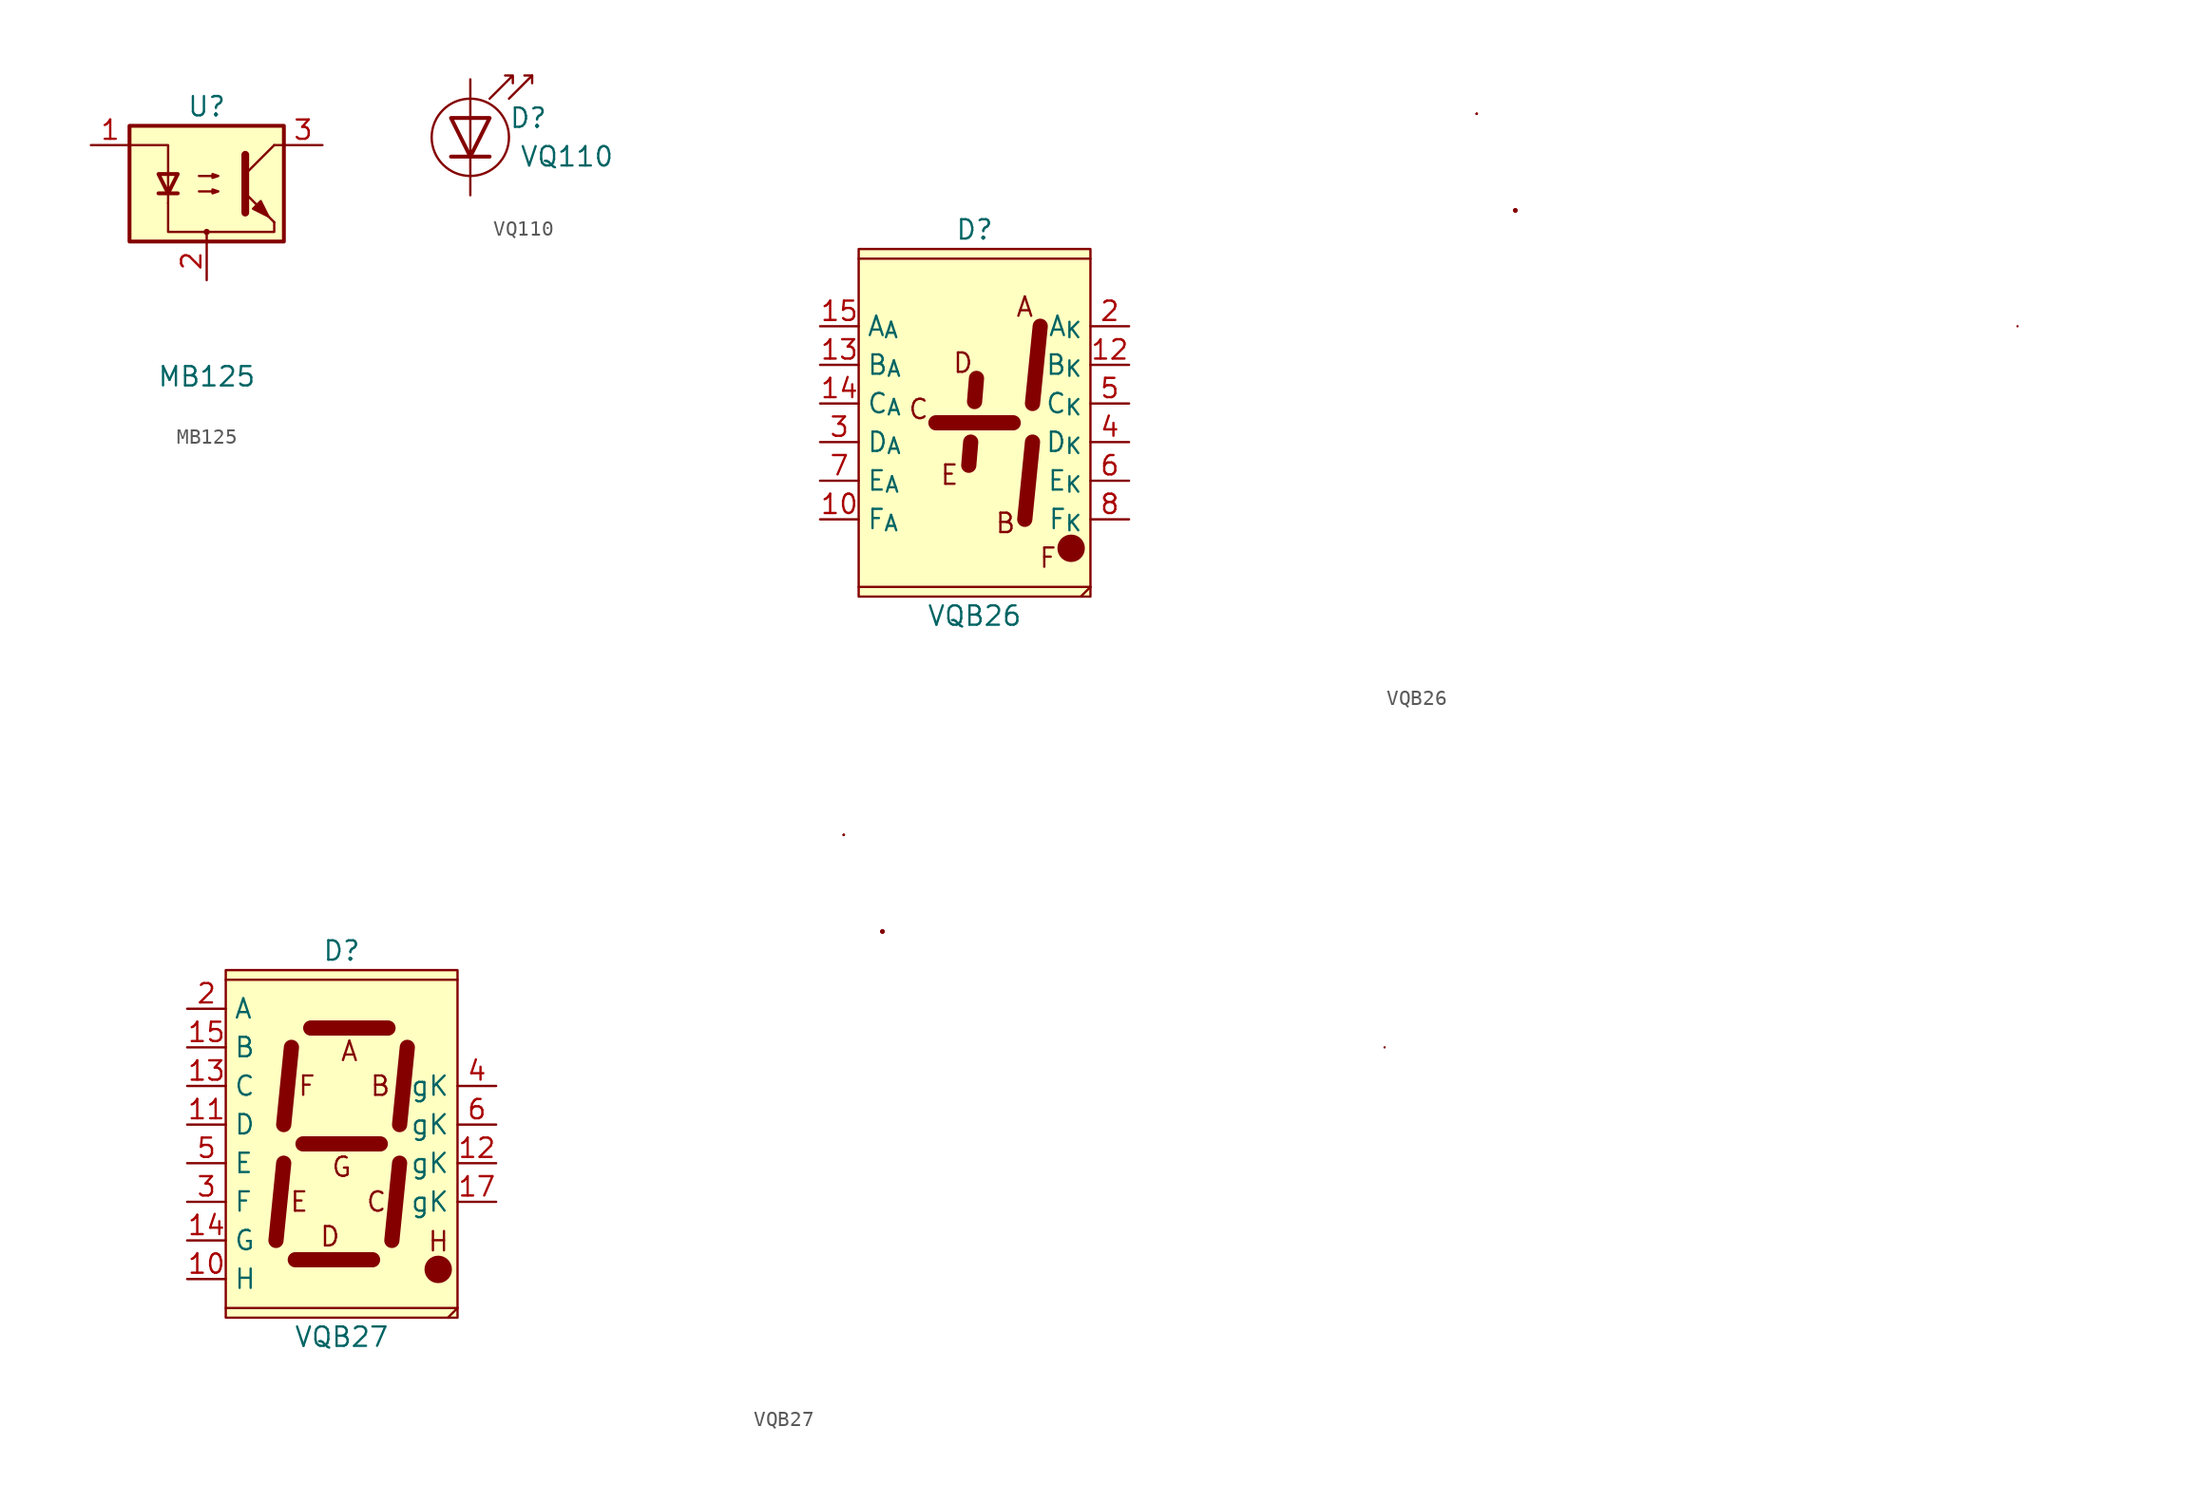
<source format=kicad_sym>
(kicad_symbol_lib
  (version 20211014)
  (generator kicad_symbol_editor)
  (symbol "MB125"
    (pin_names
      (offset 1.016))
    (property "Reference" "U"
      (at 0 5.08 0)
      (effects (font (size 1.27 1.27))))
    (property "Value" "MB125"
      (at 0 -12.7 0)
      (effects (font (size 1.27 1.27))))
    (symbol "MB125_0_1"
      (circle (center 0 -3.175) (radius 0.127) (stroke (width 0) (type default) (color 0 0 0 0)) (fill (type none)))
      (polyline (pts (xy 4.445 -2.54) (xy 4.445 -3.175) (xy 0 -3.175)) (stroke (width 0) (type default) (color 0 0 0 0)) (fill (type none)))
      (polyline (pts (xy -2.54 -1.27) (xy -2.54 -3.175) (xy 0 -3.175) (xy 0 -3.81)) (stroke (width 0) (type default) (color 0 0 0 0)) (fill (type none))))
    (symbol "MB125_1_1"
      (rectangle (start -5.08 3.81) (end 5.08 -3.81) (stroke (width 0.254) (type default) (color 0 0 0 0)) (fill (type background)))
      (polyline (pts (xy -3.175 -0.635) (xy -1.905 -0.635)) (stroke (width 0.254) (type default) (color 0 0 0 0)) (fill (type none)))
      (polyline (pts (xy 2.54 0.635) (xy 4.445 2.54)) (stroke (width 0) (type default) (color 0 0 0 0)) (fill (type none)))
      (polyline (pts (xy 4.445 -2.54) (xy 2.54 -0.635)) (stroke (width 0) (type default) (color 0 0 0 0)) (fill (type outline)))
      (polyline (pts (xy 4.445 2.54) (xy 5.08 2.54)) (stroke (width 0) (type default) (color 0 0 0 0)) (fill (type none)))
      (polyline (pts (xy 2.54 1.905) (xy 2.54 -1.905) (xy 2.54 -1.905)) (stroke (width 0.508) (type default) (color 0 0 0 0)) (fill (type none)))
      (polyline (pts (xy -5.08 2.54) (xy -2.54 2.54) (xy -2.54 -1.27) (xy -2.54 0.635)) (stroke (width 0) (type default) (color 0 0 0 0)) (fill (type none)))
      (polyline (pts (xy -2.54 -0.635) (xy -3.175 0.635) (xy -1.905 0.635) (xy -2.54 -0.635)) (stroke (width 0.254) (type default) (color 0 0 0 0)) (fill (type none)))
      (polyline (pts (xy -0.508 -0.508) (xy 0.762 -0.508) (xy 0.381 -0.635) (xy 0.381 -0.381) (xy 0.762 -0.508)) (stroke (width 0) (type default) (color 0 0 0 0)) (fill (type none)))
      (polyline (pts (xy -0.508 0.508) (xy 0.762 0.508) (xy 0.381 0.381) (xy 0.381 0.635) (xy 0.762 0.508)) (stroke (width 0) (type default) (color 0 0 0 0)) (fill (type none)))
      (polyline (pts (xy 3.048 -1.651) (xy 3.556 -1.143) (xy 4.064 -2.159) (xy 3.048 -1.651) (xy 3.048 -1.651)) (stroke (width 0) (type default) (color 0 0 0 0)) (fill (type outline)))
      (pin passive line (at -7.62 2.54 0) (length 2.54) (name "~" (effects (font (size 1.27 1.27)))) (number "1" (effects (font (size 1.27 1.27)))))
      (pin passive line (at 0 -6.35 90) (length 2.54) (name "~" (effects (font (size 1.27 1.27)))) (number "2" (effects (font (size 1.27 1.27)))))
      (pin passive line (at 7.62 2.54 180) (length 2.54) (name "~" (effects (font (size 1.27 1.27)))) (number "3" (effects (font (size 1.27 1.27)))))))
  (symbol "VQ110"
    (pin_numbers hide)
    (pin_names
      (offset 1.016) hide)
    (property "Reference" "D"
      (at 3.81 1.27 0)
      (effects (font (size 1.27 1.27))))
    (property "Value" "VQ110"
      (at 6.35 -1.27 0)
      (effects (font (size 1.27 1.27))))
    (symbol "VQ110_0_1"
      (circle (center 0 0) (radius 2.54) (stroke (width 0) (type default) (color 0 0 0 0)) (fill (type none))))
    (symbol "VQ110_1_1"
      (polyline (pts (xy -1.27 -1.27) (xy 1.27 -1.27)) (stroke (width 0.254) (type default) (color 0 0 0 0)) (fill (type none)))
      (polyline (pts (xy 0 1.27) (xy 0 -1.27)) (stroke (width 0) (type default) (color 0 0 0 0)) (fill (type none)))
      (polyline (pts (xy 4.064 4.064) (xy 3.556 4.064)) (stroke (width 0) (type default) (color 0 0 0 0)) (fill (type none)))
      (polyline (pts (xy 2.54 2.54) (xy 4.064 4.064) (xy 4.064 3.556)) (stroke (width 0) (type default) (color 0 0 0 0)) (fill (type none)))
      (polyline (pts (xy 1.27 1.27) (xy 0 -1.27) (xy -1.27 1.27) (xy 1.27 1.27)) (stroke (width 0.254) (type default) (color 0 0 0 0)) (fill (type none)))
      (polyline (pts (xy 1.27 2.54) (xy 2.794 4.064) (xy 2.794 3.556) (xy 2.794 4.064) (xy 2.286 4.064)) (stroke (width 0) (type default) (color 0 0 0 0)) (fill (type none)))
      (pin passive line (at 0 -3.81 90) (length 2.54) (name "K" (effects (font (size 1.27 1.27)))) (number "1" (effects (font (size 1.27 1.27)))))
      (pin passive line (at 0 3.81 270) (length 2.54) (name "A" (effects (font (size 1.27 1.27)))) (number "2" (effects (font (size 1.27 1.27)))))))
  (symbol "VQB26"
    (property "Reference" "D"
      (at 0 12.7 0)
      (effects (font (size 1.27 1.27))))
    (property "Value" "VQB26"
      (at 0 -12.7 0)
      (effects (font (size 1.27 1.27))))
    (symbol "VQB26_0_0"
      (polyline (pts (xy -0.381 -2.794) (xy -0.254 -1.27)) (stroke (width 1) (type default) (color 0 0 0 0)) (fill (type none)))
      (polyline (pts (xy 0 1.397) (xy 0.127 2.921)) (stroke (width 1) (type default) (color 0 0 0 0)) (fill (type none)))
      (polyline (pts (xy 68.58 6.35) (xy 68.58 6.35)) (stroke (width 0.152) (type default) (color 0 0 0 0)) (fill (type none)))
      (circle (center 35.56 13.97) (radius 0.0001) (stroke (width 0.152) (type default) (color 0 0 0 0)) (fill (type none)))
      (circle (center 35.56 13.97) (radius 0.0001) (stroke (width 0.152) (type default) (color 0 0 0 0)) (fill (type none)))
      (text "A" (at 3.302 7.62 0) (effects (font (size 1.27 1.27))))
      (text "B" (at 2.032 -6.604 0) (effects (font (size 1.27 1.27))))
      (text "C" (at -3.683 0.889 0) (effects (font (size 1.27 1.27))))
      (text "D" (at -0.762 3.937 0) (effects (font (size 1.27 1.27))))
      (text "E" (at -1.651 -3.429 0) (effects (font (size 1.27 1.27))))
      (text "F" (at 4.826 -8.89 0) (effects (font (size 1.27 1.27)))))
    (symbol "VQB26_0_1"
      (rectangle (start -7.62 11.43) (end 7.62 -11.43) (stroke (width 0.152) (type default) (color 0 0 0 0)) (fill (type background)))
      (polyline (pts (xy -7.62 -10.795) (xy 7.62 -10.795)) (stroke (width 0.152) (type default) (color 0 0 0 0)) (fill (type none)))
      (polyline (pts (xy -7.62 10.795) (xy 7.62 10.795)) (stroke (width 0.152) (type default) (color 0 0 0 0)) (fill (type none)))
      (polyline (pts (xy -2.54 0) (xy 2.54 0)) (stroke (width 1) (type default) (color 0 0 0 0)) (fill (type none)))
      (polyline (pts (xy 3.81 -1.27) (xy 3.302 -6.35)) (stroke (width 1) (type default) (color 0 0 0 0)) (fill (type none)))
      (polyline (pts (xy 4.318 6.35) (xy 3.81 1.27)) (stroke (width 1) (type default) (color 0 0 0 0)) (fill (type none)))
      (polyline (pts (xy 7.62 -10.795) (xy 6.985 -11.43)) (stroke (width 0.152) (type default) (color 0 0 0 0)) (fill (type none)))
      (circle (center 6.35 -8.255) (radius 0.827) (stroke (width 0.152) (type default) (color 0 0 0 0)) (fill (type outline)))
      (rectangle (start 33.02 20.32) (end 33.02 20.32) (stroke (width 0.152) (type default) (color 0 0 0 0)) (fill (type none)))
      (rectangle (start 33.02 20.32) (end 33.02 20.32) (stroke (width 0.152) (type default) (color 0 0 0 0)) (fill (type none)))
      (rectangle (start 33.02 20.32) (end 33.02 20.32) (stroke (width 0.152) (type default) (color 0 0 0 0)) (fill (type none)))
      (rectangle (start 33.02 20.32) (end 33.02 20.32) (stroke (width 0.152) (type default) (color 0 0 0 0)) (fill (type none)))
      (rectangle (start 33.02 20.32) (end 33.02 20.32) (stroke (width 0.152) (type default) (color 0 0 0 0)) (fill (type none))))
    (symbol "VQB26_1_1"
      (pin passive line (at -10.16 -6.35 0) (length 2.54) (name "F_{A}" (effects (font (size 1.27 1.27)))) (number "10" (effects (font (size 1.27 1.27)))))
      (pin passive line (at 10.16 3.81 180) (length 2.54) (name "B_{K}" (effects (font (size 1.27 1.27)))) (number "12" (effects (font (size 1.27 1.27)))))
      (pin passive line (at -10.16 3.81 0) (length 2.54) (name "B_{A}" (effects (font (size 1.27 1.27)))) (number "13" (effects (font (size 1.27 1.27)))))
      (pin passive line (at -10.16 1.27 0) (length 2.54) (name "C_{A}" (effects (font (size 1.27 1.27)))) (number "14" (effects (font (size 1.27 1.27)))))
      (pin passive line (at -10.16 6.35 0) (length 2.54) (name "A_{A}" (effects (font (size 1.27 1.27)))) (number "15" (effects (font (size 1.27 1.27)))))
      (pin passive line (at 10.16 6.35 180) (length 2.54) (name "A_{K}" (effects (font (size 1.27 1.27)))) (number "2" (effects (font (size 1.27 1.27)))))
      (pin passive line (at -10.16 -1.27 0) (length 2.54) (name "D_{A}" (effects (font (size 1.27 1.27)))) (number "3" (effects (font (size 1.27 1.27)))))
      (pin passive line (at 10.16 -1.27 180) (length 2.54) (name "D_{K}" (effects (font (size 1.27 1.27)))) (number "4" (effects (font (size 1.27 1.27)))))
      (pin passive line (at 10.16 1.27 180) (length 2.54) (name "C_{K}" (effects (font (size 1.27 1.27)))) (number "5" (effects (font (size 1.27 1.27)))))
      (pin passive line (at 10.16 -3.81 180) (length 2.54) (name "E_{K}" (effects (font (size 1.27 1.27)))) (number "6" (effects (font (size 1.27 1.27)))))
      (pin passive line (at -10.16 -3.81 0) (length 2.54) (name "E_{A}" (effects (font (size 1.27 1.27)))) (number "7" (effects (font (size 1.27 1.27)))))
      (pin passive line (at 10.16 -6.35 180) (length 2.54) (name "F_{K}" (effects (font (size 1.27 1.27)))) (number "8" (effects (font (size 1.27 1.27)))))))
  (symbol "VQB27"
    (property "Reference" "D"
      (at 0 12.7 0)
      (effects (font (size 1.27 1.27))))
    (property "Value" "VQB27"
      (at 0 -12.7 0)
      (effects (font (size 1.27 1.27))))
    (symbol "VQB27_0_0"
      (polyline (pts (xy 68.58 6.35) (xy 68.58 6.35)) (stroke (width 0.152) (type default) (color 0 0 0 0)) (fill (type none)))
      (circle (center 35.56 13.97) (radius 0.0001) (stroke (width 0.152) (type default) (color 0 0 0 0)) (fill (type none)))
      (circle (center 35.56 13.97) (radius 0.0001) (stroke (width 0.152) (type default) (color 0 0 0 0)) (fill (type none)))
      (text "A" (at 0.508 6.096 0) (effects (font (size 1.27 1.27))))
      (text "B" (at 2.54 3.81 0) (effects (font (size 1.27 1.27))))
      (text "C" (at 2.286 -3.81 0) (effects (font (size 1.27 1.27))))
      (text "D" (at -0.762 -6.096 0) (effects (font (size 1.27 1.27))))
      (text "E" (at -2.794 -3.81 0) (effects (font (size 1.27 1.27))))
      (text "F" (at -2.286 3.81 0) (effects (font (size 1.27 1.27))))
      (text "G" (at 0 -1.524 0) (effects (font (size 1.27 1.27))))
      (text "H" (at 6.365 -6.421 0) (effects (font (size 1.27 1.27)))))
    (symbol "VQB27_0_1"
      (rectangle (start -7.62 11.43) (end 7.62 -11.43) (stroke (width 0.152) (type default) (color 0 0 0 0)) (fill (type background)))
      (polyline (pts (xy -7.62 -10.795) (xy 7.62 -10.795)) (stroke (width 0.152) (type default) (color 0 0 0 0)) (fill (type none)))
      (polyline (pts (xy -7.62 10.795) (xy 7.62 10.795)) (stroke (width 0.152) (type default) (color 0 0 0 0)) (fill (type none)))
      (polyline (pts (xy -3.81 -1.27) (xy -4.318 -6.35)) (stroke (width 1) (type default) (color 0 0 0 0)) (fill (type none)))
      (polyline (pts (xy -3.302 6.35) (xy -3.81 1.27)) (stroke (width 1) (type default) (color 0 0 0 0)) (fill (type none)))
      (polyline (pts (xy -3.048 -7.62) (xy 2.032 -7.62)) (stroke (width 1) (type default) (color 0 0 0 0)) (fill (type none)))
      (polyline (pts (xy -2.54 0) (xy 2.54 0)) (stroke (width 1) (type default) (color 0 0 0 0)) (fill (type none)))
      (polyline (pts (xy -2.032 7.62) (xy 3.048 7.62)) (stroke (width 1) (type default) (color 0 0 0 0)) (fill (type none)))
      (polyline (pts (xy 3.81 -1.27) (xy 3.302 -6.35)) (stroke (width 1) (type default) (color 0 0 0 0)) (fill (type none)))
      (polyline (pts (xy 4.318 6.35) (xy 3.81 1.27)) (stroke (width 1) (type default) (color 0 0 0 0)) (fill (type none)))
      (polyline (pts (xy 7.62 -10.795) (xy 6.985 -11.43)) (stroke (width 0.152) (type default) (color 0 0 0 0)) (fill (type none)))
      (circle (center 6.35 -8.255) (radius 0.827) (stroke (width 0.152) (type default) (color 0 0 0 0)) (fill (type outline)))
      (rectangle (start 33.02 20.32) (end 33.02 20.32) (stroke (width 0.152) (type default) (color 0 0 0 0)) (fill (type none)))
      (rectangle (start 33.02 20.32) (end 33.02 20.32) (stroke (width 0.152) (type default) (color 0 0 0 0)) (fill (type none)))
      (rectangle (start 33.02 20.32) (end 33.02 20.32) (stroke (width 0.152) (type default) (color 0 0 0 0)) (fill (type none)))
      (rectangle (start 33.02 20.32) (end 33.02 20.32) (stroke (width 0.152) (type default) (color 0 0 0 0)) (fill (type none)))
      (rectangle (start 33.02 20.32) (end 33.02 20.32) (stroke (width 0.152) (type default) (color 0 0 0 0)) (fill (type none))))
    (symbol "VQB27_1_1"
      (pin passive line (at -10.16 -8.89 0) (length 2.54) (name "H" (effects (font (size 1.27 1.27)))) (number "10" (effects (font (size 1.27 1.27)))))
      (pin passive line (at -10.16 1.27 0) (length 2.54) (name "D" (effects (font (size 1.27 1.27)))) (number "11" (effects (font (size 1.27 1.27)))))
      (pin passive line (at 10.16 -1.27 180) (length 2.54) (name "gK" (effects (font (size 1.27 1.27)))) (number "12" (effects (font (size 1.27 1.27)))))
      (pin passive line (at -10.16 3.81 0) (length 2.54) (name "C" (effects (font (size 1.27 1.27)))) (number "13" (effects (font (size 1.27 1.27)))))
      (pin passive line (at -10.16 -6.35 0) (length 2.54) (name "G" (effects (font (size 1.27 1.27)))) (number "14" (effects (font (size 1.27 1.27)))))
      (pin passive line (at -10.16 6.35 0) (length 2.54) (name "B" (effects (font (size 1.27 1.27)))) (number "15" (effects (font (size 1.27 1.27)))))
      (pin passive line (at 10.16 -3.81 180) (length 2.54) (name "gK" (effects (font (size 1.27 1.27)))) (number "17" (effects (font (size 1.27 1.27)))))
      (pin passive line (at -10.16 8.89 0) (length 2.54) (name "A" (effects (font (size 1.27 1.27)))) (number "2" (effects (font (size 1.27 1.27)))))
      (pin passive line (at -10.16 -3.81 0) (length 2.54) (name "F" (effects (font (size 1.27 1.27)))) (number "3" (effects (font (size 1.27 1.27)))))
      (pin passive line (at 10.16 3.81 180) (length 2.54) (name "gK" (effects (font (size 1.27 1.27)))) (number "4" (effects (font (size 1.27 1.27)))))
      (pin passive line (at -10.16 -1.27 0) (length 2.54) (name "E" (effects (font (size 1.27 1.27)))) (number "5" (effects (font (size 1.27 1.27)))))
      (pin passive line (at 10.16 1.27 180) (length 2.54) (name "gK" (effects (font (size 1.27 1.27)))) (number "6" (effects (font (size 1.27 1.27))))))))
</source>
